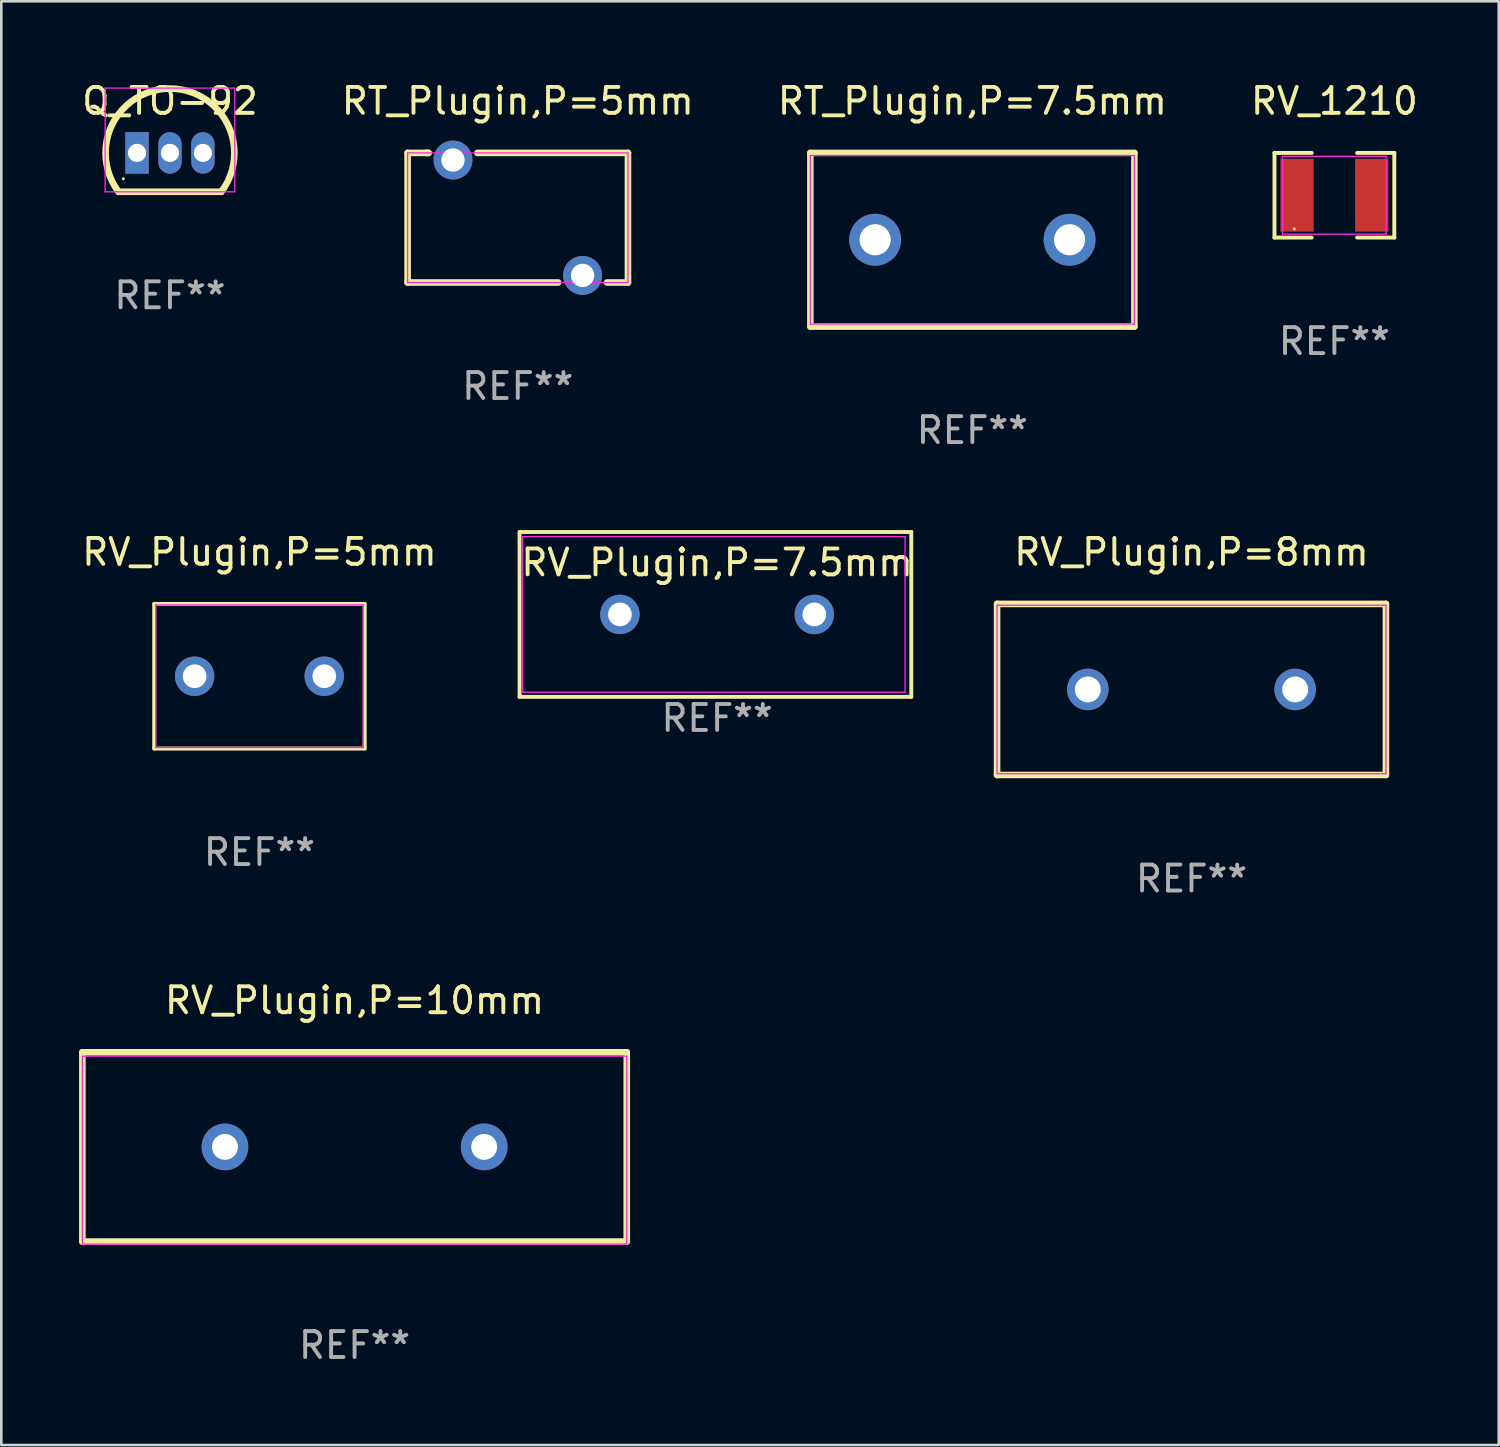
<source format=kicad_pcb>
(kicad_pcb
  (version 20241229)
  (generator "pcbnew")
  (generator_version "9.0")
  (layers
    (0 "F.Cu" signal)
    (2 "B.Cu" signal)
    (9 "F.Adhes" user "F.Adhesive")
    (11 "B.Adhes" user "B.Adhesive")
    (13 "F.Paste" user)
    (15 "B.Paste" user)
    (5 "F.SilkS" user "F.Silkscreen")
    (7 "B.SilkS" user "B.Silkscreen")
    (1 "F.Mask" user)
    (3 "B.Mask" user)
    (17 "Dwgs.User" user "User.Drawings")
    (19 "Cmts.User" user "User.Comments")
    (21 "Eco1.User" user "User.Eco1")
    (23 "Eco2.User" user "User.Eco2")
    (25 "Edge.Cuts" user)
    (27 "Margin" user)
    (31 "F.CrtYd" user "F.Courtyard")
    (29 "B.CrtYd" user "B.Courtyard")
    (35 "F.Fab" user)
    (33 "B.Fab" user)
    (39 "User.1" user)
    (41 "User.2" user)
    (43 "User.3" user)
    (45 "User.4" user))
  (footprint "RV_Plugin,P=5mm"
    (layer "F.Cu")
    (at 6.958 23.035)
    (property "Reference" "RV_Plugin,P=5mm" (at 0 -4.79 0) (layer "F.SilkS") (effects (font (size 1 1) (thickness 0.15))))
    (attr through_hole)
    (fp_line (start -4.06 -2.79) (end 4.06 -2.79) (stroke (width 0.15) (type solid)) (layer "F.SilkS"))
    (fp_line (start -4.06 2.79) (end -4.06 -2.79) (stroke (width 0.15) (type solid)) (layer "F.SilkS"))
    (fp_line (start 4.06 -2.79) (end 4.06 2.79) (stroke (width 0.15) (type solid)) (layer "F.SilkS"))
    (fp_line (start 4.06 2.79) (end -4.06 2.79) (stroke (width 0.15) (type solid)) (layer "F.SilkS"))
    (fp_line (start -4 -2.75) (end 4 -2.75) (stroke (width 0.05) (type default)) (layer "F.CrtYd"))
    (fp_line (start -4 2.75) (end -4 -2.75) (stroke (width 0.05) (type default)) (layer "F.CrtYd"))
    (fp_line (start 4 -2.75) (end 4 2.75) (stroke (width 0.05) (type default)) (layer "F.CrtYd"))
    (fp_line (start 4 2.75) (end -4 2.75) (stroke (width 0.05) (type default)) (layer "F.CrtYd"))
    (fp_text user "REF**" (at 0 6.79 0) (layer "F.Fab") (effects (font (size 1 1) (thickness 0.15))))
    (pad "1" thru_hole circle (at -2.5 0) (size 1.52 1.52) (drill 0.914) (layers "*.Cu" "*.Mask"))
    (pad "2" thru_hole circle (at 2.5 0) (size 1.52 1.52) (drill 0.914) (layers "*.Cu" "*.Mask")))
  (footprint "RV_1210"
    (layer "F.Cu")
    (at 48.423 4.481)
    (property "Reference" "RV_1210" (at 0 -3.633 0) (layer "F.SilkS") (effects (font (size 1 1) (thickness 0.15))))
    (attr smd)
    (fp_line (start -2.311 -1.633) (end -0.876 -1.633) (stroke (width 0.152) (type solid)) (layer "F.SilkS"))
    (fp_line (start -2.311 1.633) (end -2.311 -1.633) (stroke (width 0.152) (type solid)) (layer "F.SilkS"))
    (fp_line (start -0.876 1.633) (end -2.311 1.633) (stroke (width 0.152) (type solid)) (layer "F.SilkS"))
    (fp_line (start 0.876 1.633) (end 2.311 1.633) (stroke (width 0.152) (type solid)) (layer "F.SilkS"))
    (fp_line (start 2.311 -1.633) (end 0.876 -1.633) (stroke (width 0.152) (type solid)) (layer "F.SilkS"))
    (fp_line (start 2.311 1.633) (end 2.311 -1.633) (stroke (width 0.152) (type solid)) (layer "F.SilkS"))
    (fp_circle (center -1.55 1.3) (end -1.52 1.3) (stroke (width 0.06) (type solid)) (fill no) (layer "F.SilkS"))
    (fp_line (start -2 -1.5) (end 2 -1.5) (stroke (width 0.05) (type default)) (layer "F.CrtYd"))
    (fp_line (start -2 1.5) (end -2 -1.5) (stroke (width 0.05) (type default)) (layer "F.CrtYd"))
    (fp_line (start 2 -1.5) (end 2 1.5) (stroke (width 0.05) (type default)) (layer "F.CrtYd"))
    (fp_line (start 2 1.5) (end -2 1.5) (stroke (width 0.05) (type default)) (layer "F.CrtYd"))
    (fp_text user "REF**" (at 0 5.633 0) (layer "F.Fab") (effects (font (size 1 1) (thickness 0.15))))
    (pad "1" smd rect (at -1.441 0) (size 1.283 2.808) (layers "F.Cu" "F.Mask" "F.Paste"))
    (pad "2" smd rect (at 1.441 0) (size 1.283 2.808) (layers "F.Cu" "F.Mask" "F.Paste")))
  (footprint "RV_Plugin,P=10mm"
    (layer "F.Cu")
    (at 10.627 41.191)
    (property "Reference" "RV_Plugin,P=10mm" (at 0 -5.65 0) (layer "F.SilkS") (effects (font (size 1 1) (thickness 0.15))))
    (attr through_hole)
    (fp_line (start -10.5 -3.65) (end 10.5 -3.65) (stroke (width 0.254) (type solid)) (layer "F.SilkS"))
    (fp_line (start -10.5 3.65) (end -10.5 -3.65) (stroke (width 0.254) (type solid)) (layer "F.SilkS"))
    (fp_line (start -10.5 3.65) (end 10.5 3.65) (stroke (width 0.254) (type solid)) (layer "F.SilkS"))
    (fp_line (start 10.5 3.65) (end 10.5 -3.65) (stroke (width 0.254) (type solid)) (layer "F.SilkS"))
    (fp_circle (center -10.5 3.65) (end -10.47 3.65) (stroke (width 0.06) (type solid)) (fill no) (layer "F.SilkS"))
    (fp_line (start -10.5 -3.5) (end 10.5 -3.5) (stroke (width 0.05) (type default)) (layer "F.CrtYd"))
    (fp_line (start -10.5 3.75) (end -10.5 -3.5) (stroke (width 0.05) (type default)) (layer "F.CrtYd"))
    (fp_line (start 10.5 -3.5) (end 10.5 3.75) (stroke (width 0.05) (type default)) (layer "F.CrtYd"))
    (fp_line (start 10.5 3.75) (end -10.5 3.75) (stroke (width 0.05) (type default)) (layer "F.CrtYd"))
    (fp_text user "REF**" (at 0 7.65 0) (layer "F.Fab") (effects (font (size 1 1) (thickness 0.15))))
    (pad "1" thru_hole circle (at -5 0) (size 1.8 1.8) (drill 1) (layers "*.Cu" "*.Mask"))
    (pad "2" thru_hole circle (at 5 0) (size 1.8 1.8) (drill 1) (layers "*.Cu" "*.Mask")))
  (footprint "RV_Plugin,P=7.5mm"
    (layer "F.Cu")
    (at 24.612 20.651)
    (property "Reference" "RV_Plugin,P=7.5mm" (at 0 -2 0) (layer "F.SilkS") (effects (font (size 1 1) (thickness 0.15))))
    (attr through_hole)
    (fp_line (start -7.62 -3.18) (end -7.62 3.18) (stroke (width 0.15) (type solid)) (layer "F.SilkS"))
    (fp_line (start -7.62 3.18) (end 7.49 3.18) (stroke (width 0.15) (type solid)) (layer "F.SilkS"))
    (fp_line (start 7.49 -3.18) (end -7.62 -3.18) (stroke (width 0.15) (type solid)) (layer "F.SilkS"))
    (fp_line (start 7.49 3.18) (end 7.49 -3.18) (stroke (width 0.15) (type solid)) (layer "F.SilkS"))
    (fp_line (start -7.5 -3) (end 7.25 -3) (stroke (width 0.05) (type default)) (layer "F.CrtYd"))
    (fp_line (start -7.5 3) (end -7.5 -3) (stroke (width 0.05) (type default)) (layer "F.CrtYd"))
    (fp_line (start 7.25 -3) (end 7.25 3) (stroke (width 0.05) (type default)) (layer "F.CrtYd"))
    (fp_line (start 7.25 3) (end -7.5 3) (stroke (width 0.05) (type default)) (layer "F.CrtYd"))
    (fp_text user "REF**" (at 0 4 0) (layer "F.Fab") (effects (font (size 1 1) (thickness 0.15))))
    (pad "1" thru_hole circle (at -3.75 0) (size 1.52 1.52) (drill 0.914) (layers "*.Cu" "*.Mask"))
    (pad "2" thru_hole circle (at 3.75 0) (size 1.52 1.52) (drill 0.914) (layers "*.Cu" "*.Mask")))
  (footprint "RV_Plugin,P=8mm"
    (layer "F.Cu")
    (at 42.911 23.545)
    (property "Reference" "RV_Plugin,P=8mm" (at 0 -5.3 0) (layer "F.SilkS") (effects (font (size 1 1) (thickness 0.15))))
    (attr through_hole)
    (fp_line (start -7.5 -3.3) (end -7.5 3.3) (stroke (width 0.254) (type solid)) (layer "F.SilkS"))
    (fp_line (start -7.5 -3.3) (end 7.5 -3.3) (stroke (width 0.254) (type solid)) (layer "F.SilkS"))
    (fp_line (start -7.5 3.3) (end 7.493 3.3) (stroke (width 0.254) (type solid)) (layer "F.SilkS"))
    (fp_line (start 7.5 -3.3) (end 7.5 3.3) (stroke (width 0.254) (type solid)) (layer "F.SilkS"))
    (fp_circle (center -7.5 3.3) (end -7.47 3.3) (stroke (width 0.06) (type solid)) (fill no) (layer "F.SilkS"))
    (fp_line (start -7.5 -3.25) (end 7.5 -3.25) (stroke (width 0.05) (type default)) (layer "F.CrtYd"))
    (fp_line (start -7.5 3.25) (end -7.5 -3.25) (stroke (width 0.05) (type default)) (layer "F.CrtYd"))
    (fp_line (start 7.5 -3.25) (end 7.5 3.25) (stroke (width 0.05) (type default)) (layer "F.CrtYd"))
    (fp_line (start 7.5 3.25) (end -7.5 3.25) (stroke (width 0.05) (type default)) (layer "F.CrtYd"))
    (fp_text user "REF**" (at 0 7.3 0) (layer "F.Fab") (effects (font (size 1 1) (thickness 0.15))))
    (pad "1" thru_hole circle (at -4 0) (size 1.6 1.6) (drill 1) (layers "*.Cu" "*.Mask"))
    (pad "2" thru_hole circle (at 4 0) (size 1.6 1.6) (drill 1) (layers "*.Cu" "*.Mask")))
  (footprint "RT_Plugin,P=7.5mm"
    (layer "F.Cu")
    (at 34.458 6.198)
    (property "Reference" "RT_Plugin,P=7.5mm" (at 0 -5.35 0) (layer "F.SilkS") (effects (font (size 1 1) (thickness 0.15))))
    (attr through_hole)
    (fp_line (start -6.25 -3.35) (end 6.25 -3.35) (stroke (width 0.25) (type solid)) (layer "F.SilkS"))
    (fp_line (start -6.25 3.35) (end -6.25 -3.35) (stroke (width 0.25) (type solid)) (layer "F.SilkS"))
    (fp_line (start 6.25 -3.35) (end 6.25 3.35) (stroke (width 0.25) (type solid)) (layer "F.SilkS"))
    (fp_line (start 6.25 3.35) (end -6.25 3.35) (stroke (width 0.25) (type solid)) (layer "F.SilkS"))
    (fp_line (start -6.25 -3.25) (end 6.25 -3.25) (stroke (width 0.05) (type default)) (layer "F.CrtYd"))
    (fp_line (start -6.25 3.25) (end -6.25 -3.25) (stroke (width 0.05) (type default)) (layer "F.CrtYd"))
    (fp_line (start 6.25 -3.25) (end 6.25 3.25) (stroke (width 0.05) (type default)) (layer "F.CrtYd"))
    (fp_line (start 6.25 3.25) (end -6.25 3.25) (stroke (width 0.05) (type default)) (layer "F.CrtYd"))
    (fp_text user "REF**" (at 0 7.35 0) (layer "F.Fab") (effects (font (size 1 1) (thickness 0.15))))
    (pad "1" thru_hole circle (at -3.75 0) (size 2 2) (drill 1.2) (layers "*.Cu" "*.Mask"))
    (pad "2" thru_hole circle (at 3.75 0) (size 2 2) (drill 1.2) (layers "*.Cu" "*.Mask")))
  (footprint "Q_TO-92"
    (layer "F.Cu")
    (at 3.506 2.848)
    (property "Reference" "Q_TO-92" (at 0 -2 0) (layer "F.SilkS") (effects (font (size 1 1) (thickness 0.15))))
    (attr through_hole)
    (fp_line (start 1.98 1.5) (end -1.98 1.5) (stroke (width 0.254) (type solid)) (layer "F.SilkS"))
    (fp_arc (start -1.981204 1.501143) (mid -0.000047 -2.48128) (end 1.981261 1.501068) (stroke (width 0.254) (type solid)) (layer "F.SilkS"))
    (fp_circle (center -1.8 1) (end -1.77 1) (stroke (width 0.06) (type solid)) (fill no) (layer "F.SilkS"))
    (fp_line (start -2.5 -2.5) (end -2.5 1.5) (stroke (width 0.05) (type default)) (layer "F.CrtYd"))
    (fp_line (start -2.5 1.5) (end 2.5 1.5) (stroke (width 0.05) (type default)) (layer "F.CrtYd"))
    (fp_line (start 2.5 -2.5) (end -2.5 -2.5) (stroke (width 0.05) (type default)) (layer "F.CrtYd"))
    (fp_line (start 2.5 1.5) (end 2.5 -2.5) (stroke (width 0.05) (type default)) (layer "F.CrtYd"))
    (fp_text user "REF**" (at 0 5.5 0) (layer "F.Fab") (effects (font (size 1 1) (thickness 0.15))))
    (pad "1" thru_hole rect (at -1.27 0) (size 0.9 1.6) (drill 0.7) (layers "*.Cu" "*.Mask"))
    (pad "2" thru_hole oval (at 0 0) (size 0.9 1.6) (drill 0.7) (layers "*.Cu" "*.Mask"))
    (pad "3" thru_hole oval (at 1.27 0) (size 0.9 1.6) (drill 0.7) (layers "*.Cu" "*.Mask")))
  (footprint "RT_Plugin,P=5mm"
    (layer "F.Cu")
    (at 16.923 5.348)
    (property "Reference" "RT_Plugin,P=5mm" (at 0.000013 -4.5 0) (layer "F.SilkS") (effects (font (size 1 1) (thickness 0.15))))
    (attr through_hole)
    (fp_line (start -4.25 -2.5) (end -4.25 2.5) (stroke (width 0.254) (type solid)) (layer "F.SilkS"))
    (fp_line (start -4.25 2.5) (end 1.558 2.5) (stroke (width 0.254) (type solid)) (layer "F.SilkS"))
    (fp_line (start -3.442 -2.5) (end -4.25 -2.5) (stroke (width 0.254) (type solid)) (layer "F.SilkS"))
    (fp_line (start -3.442 -2.5) (end -3.55 -2.5) (stroke (width 0.254) (type solid)) (layer "F.SilkS"))
    (fp_line (start 3.442 2.5) (end 4.25 2.5) (stroke (width 0.254) (type solid)) (layer "F.SilkS"))
    (fp_line (start 4.25 -2.5) (end -1.558 -2.5) (stroke (width 0.254) (type solid)) (layer "F.SilkS"))
    (fp_line (start 4.25 2.5) (end 4.25 -2.5) (stroke (width 0.254) (type solid)) (layer "F.SilkS"))
    (fp_circle (center -4.25 -2.5) (end -4.22 -2.5) (stroke (width 0.06) (type solid)) (fill no) (layer "F.SilkS"))
    (fp_line (start -4.25 -2.5) (end 4.25 -2.5) (stroke (width 0.05) (type default)) (layer "F.CrtYd"))
    (fp_line (start -4.25 2.5) (end -4.25 -2.5) (stroke (width 0.05) (type default)) (layer "F.CrtYd"))
    (fp_line (start 4.25 -2.5) (end 4.25 2.5) (stroke (width 0.05) (type default)) (layer "F.CrtYd"))
    (fp_line (start 4.25 2.5) (end -4.25 2.5) (stroke (width 0.05) (type default)) (layer "F.CrtYd"))
    (fp_text user "REF**" (at 0.000013 6.5 0) (layer "F.Fab") (effects (font (size 1 1) (thickness 0.15))))
    (pad "1" thru_hole circle (at -2.5 -2.225) (size 1.5 1.5) (drill 0.9) (layers "*.Cu" "*.Mask"))
    (pad "2" thru_hole circle (at 2.5 2.225) (size 1.5 1.5) (drill 0.9) (layers "*.Cu" "*.Mask")))
  (gr_rect
    (start -3 -3)
    (end 54.762 52.69)
    (stroke (width 0.1) (type default))
    (fill no)
    (layer "Edge.Cuts")))
</source>
